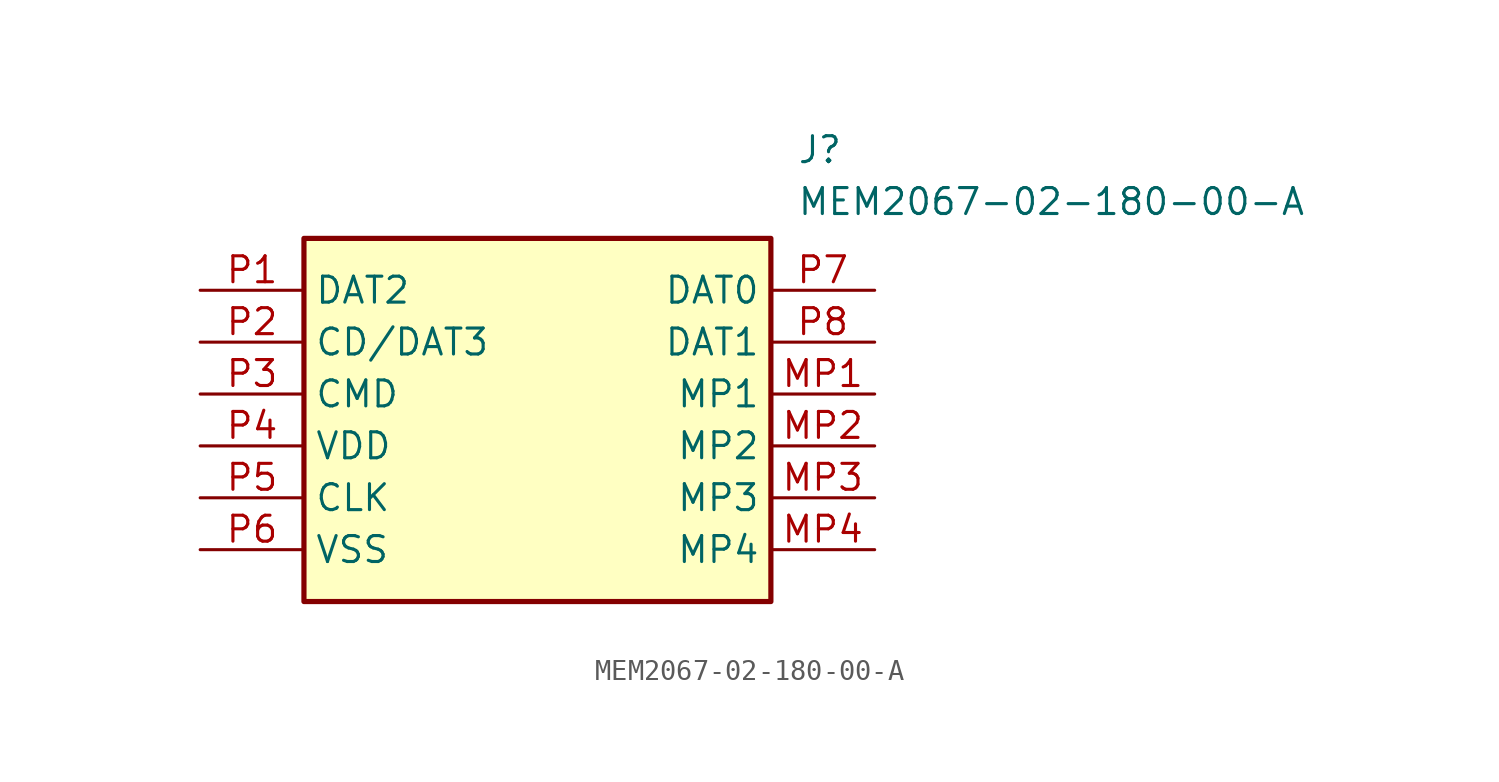
<source format=kicad_sym>
(kicad_symbol_lib
  (version 20211014)
  (generator SamacSys_ECAD_Model)
  (symbol "MEM2067-02-180-00-A"
    (property "Reference" "J"
      (at 29.21 7.62 0)
      (effects (font (size 1.27 1.27)) (justify left top)))
    (property "Value" "MEM2067-02-180-00-A"
      (at 29.21 5.08 0)
      (effects (font (size 1.27 1.27)) (justify left top)))
    (rectangle
      (start 5.08 2.54)
      (end 27.94 -15.24)
      (stroke (width 0.254) (type default))
      (fill (type background)))
    (pin passive line
      (at 0 0 0)
      (length 5.08)
      (name "DAT2" (effects (font (size 1.27 1.27))))
      (number "P1" (effects (font (size 1.27 1.27)))))
    (pin passive line
      (at 0 -2.54 0)
      (length 5.08)
      (name "CD/DAT3" (effects (font (size 1.27 1.27))))
      (number "P2" (effects (font (size 1.27 1.27)))))
    (pin passive line
      (at 0 -5.08 0)
      (length 5.08)
      (name "CMD" (effects (font (size 1.27 1.27))))
      (number "P3" (effects (font (size 1.27 1.27)))))
    (pin passive line
      (at 0 -7.62 0)
      (length 5.08)
      (name "VDD" (effects (font (size 1.27 1.27))))
      (number "P4" (effects (font (size 1.27 1.27)))))
    (pin passive line
      (at 0 -10.16 0)
      (length 5.08)
      (name "CLK" (effects (font (size 1.27 1.27))))
      (number "P5" (effects (font (size 1.27 1.27)))))
    (pin passive line
      (at 0 -12.7 0)
      (length 5.08)
      (name "VSS" (effects (font (size 1.27 1.27))))
      (number "P6" (effects (font (size 1.27 1.27)))))
    (pin passive line
      (at 33.02 0 180)
      (length 5.08)
      (name "DAT0" (effects (font (size 1.27 1.27))))
      (number "P7" (effects (font (size 1.27 1.27)))))
    (pin passive line
      (at 33.02 -2.54 180)
      (length 5.08)
      (name "DAT1" (effects (font (size 1.27 1.27))))
      (number "P8" (effects (font (size 1.27 1.27)))))
    (pin passive line
      (at 33.02 -5.08 180)
      (length 5.08)
      (name "MP1" (effects (font (size 1.27 1.27))))
      (number "MP1" (effects (font (size 1.27 1.27)))))
    (pin passive line
      (at 33.02 -7.62 180)
      (length 5.08)
      (name "MP2" (effects (font (size 1.27 1.27))))
      (number "MP2" (effects (font (size 1.27 1.27)))))
    (pin passive line
      (at 33.02 -10.16 180)
      (length 5.08)
      (name "MP3" (effects (font (size 1.27 1.27))))
      (number "MP3" (effects (font (size 1.27 1.27)))))
    (pin passive line
      (at 33.02 -12.7 180)
      (length 5.08)
      (name "MP4" (effects (font (size 1.27 1.27))))
      (number "MP4" (effects (font (size 1.27 1.27)))))))
</source>
